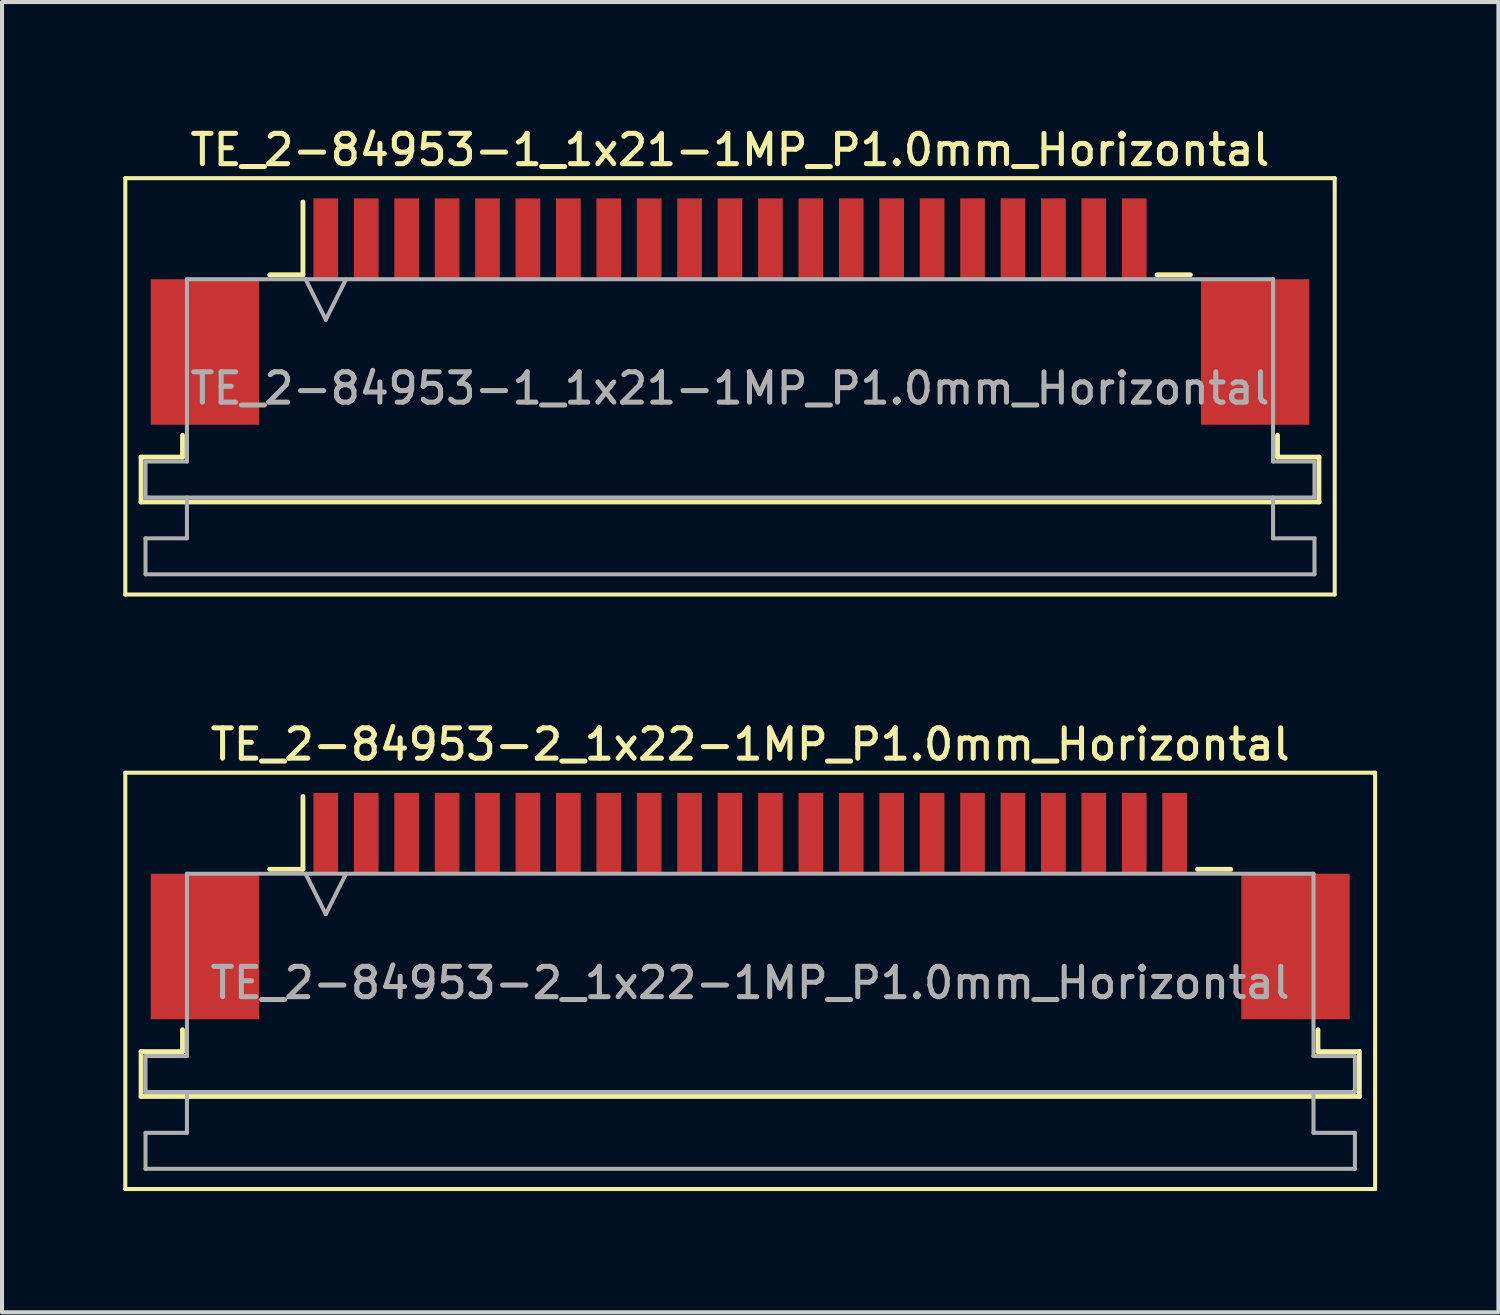
<source format=kicad_pcb>
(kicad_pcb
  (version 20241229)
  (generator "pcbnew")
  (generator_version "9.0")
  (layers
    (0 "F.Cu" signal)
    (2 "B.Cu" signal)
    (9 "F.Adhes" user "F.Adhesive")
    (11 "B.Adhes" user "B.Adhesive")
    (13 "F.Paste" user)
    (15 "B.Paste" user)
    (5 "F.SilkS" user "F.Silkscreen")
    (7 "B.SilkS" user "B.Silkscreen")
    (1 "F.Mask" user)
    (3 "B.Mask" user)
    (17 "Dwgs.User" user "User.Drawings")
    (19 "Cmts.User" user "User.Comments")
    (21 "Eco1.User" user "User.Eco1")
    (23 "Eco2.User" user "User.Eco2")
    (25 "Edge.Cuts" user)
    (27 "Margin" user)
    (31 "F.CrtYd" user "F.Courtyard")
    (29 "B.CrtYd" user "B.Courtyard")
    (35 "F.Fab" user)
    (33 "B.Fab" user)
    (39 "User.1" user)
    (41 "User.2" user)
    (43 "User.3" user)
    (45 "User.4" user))
  (footprint "TE_2-84953-1_1x21-1MP_P1.0mm_Horizontal"
    (layer "F.Cu")
    (at 15.01 4.658)
    (property "Reference" "TE_2-84953-1_1x21-1MP_P1.0mm_Horizontal" (at 0 -4 0) (layer "F.SilkS") (effects (font (size 0.75 0.75) (thickness 0.125))))
    (attr smd)
    (fp_line (start -14.96 -3.3) (end -14.96 7) (stroke (width 0.1) (type solid)) (layer "F.SilkS"))
    (fp_line (start -14.96 7) (end 14.96 7) (stroke (width 0.1) (type solid)) (layer "F.SilkS"))
    (fp_line (start -14.57 3.6) (end -13.545 3.6) (stroke (width 0.12) (type solid)) (layer "F.SilkS"))
    (fp_line (start -14.57 4.71) (end -14.57 3.6) (stroke (width 0.12) (type solid)) (layer "F.SilkS"))
    (fp_line (start -13.545 3.6) (end -13.545 3.06) (stroke (width 0.12) (type solid)) (layer "F.SilkS"))
    (fp_line (start -11.39 -0.91) (end -10.565 -0.91) (stroke (width 0.12) (type solid)) (layer "F.SilkS"))
    (fp_line (start -10.565 -0.91) (end -10.565 -2.71) (stroke (width 0.12) (type solid)) (layer "F.SilkS"))
    (fp_line (start 10.565 -0.91) (end 11.39 -0.91) (stroke (width 0.12) (type solid)) (layer "F.SilkS"))
    (fp_line (start 13.545 3.06) (end 13.545 3.6) (stroke (width 0.12) (type solid)) (layer "F.SilkS"))
    (fp_line (start 13.545 3.6) (end 14.57 3.6) (stroke (width 0.12) (type solid)) (layer "F.SilkS"))
    (fp_line (start 14.57 3.6) (end 14.57 4.71) (stroke (width 0.12) (type solid)) (layer "F.SilkS"))
    (fp_line (start 14.57 4.71) (end -14.57 4.71) (stroke (width 0.12) (type solid)) (layer "F.SilkS"))
    (fp_line (start 14.96 -3.3) (end -14.96 -3.3) (stroke (width 0.1) (type solid)) (layer "F.SilkS"))
    (fp_line (start 14.96 7) (end 14.96 -3.3) (stroke (width 0.1) (type solid)) (layer "F.SilkS"))
    (fp_line (start -14.46 3.71) (end -13.435 3.71) (stroke (width 0.1) (type solid)) (layer "F.Fab"))
    (fp_line (start -14.46 4.6) (end -14.46 3.71) (stroke (width 0.1) (type solid)) (layer "F.Fab"))
    (fp_line (start -14.46 5.61) (end -13.435 5.61) (stroke (width 0.1) (type solid)) (layer "F.Fab"))
    (fp_line (start -14.46 6.5) (end -14.46 5.61) (stroke (width 0.1) (type solid)) (layer "F.Fab"))
    (fp_line (start -13.435 -0.8) (end 13.435 -0.8) (stroke (width 0.1) (type solid)) (layer "F.Fab"))
    (fp_line (start -13.435 3.71) (end -13.435 -0.8) (stroke (width 0.1) (type solid)) (layer "F.Fab"))
    (fp_line (start -13.435 5.61) (end -13.435 4.6) (stroke (width 0.1) (type solid)) (layer "F.Fab"))
    (fp_line (start -10.5 -0.8) (end -10 0.2) (stroke (width 0.1) (type solid)) (layer "F.Fab"))
    (fp_line (start -10 0.2) (end -9.5 -0.8) (stroke (width 0.1) (type solid)) (layer "F.Fab"))
    (fp_line (start 13.435 -0.8) (end 13.435 3.71) (stroke (width 0.1) (type solid)) (layer "F.Fab"))
    (fp_line (start 13.435 3.71) (end 14.46 3.71) (stroke (width 0.1) (type solid)) (layer "F.Fab"))
    (fp_line (start 13.435 4.6) (end 13.435 5.61) (stroke (width 0.1) (type solid)) (layer "F.Fab"))
    (fp_line (start 13.435 5.61) (end 14.46 5.61) (stroke (width 0.1) (type solid)) (layer "F.Fab"))
    (fp_line (start 14.46 3.71) (end 14.46 4.6) (stroke (width 0.1) (type solid)) (layer "F.Fab"))
    (fp_line (start 14.46 4.6) (end -14.46 4.6) (stroke (width 0.1) (type solid)) (layer "F.Fab"))
    (fp_line (start 14.46 5.61) (end 14.46 6.5) (stroke (width 0.1) (type solid)) (layer "F.Fab"))
    (fp_line (start 14.46 6.5) (end -14.46 6.5) (stroke (width 0.1) (type solid)) (layer "F.Fab"))
    (fp_text user "${REFERENCE}" (at 0 1.9 0) (layer "F.Fab") (effects (font (size 0.75 0.75) (thickness 0.125))))
    (pad "1" smd rect (at -10 -1.8) (size 0.61 2) (layers "F.Cu" "F.Mask" "F.Paste"))
    (pad "2" smd rect (at -9 -1.8) (size 0.61 2) (layers "F.Cu" "F.Mask" "F.Paste"))
    (pad "3" smd rect (at -8 -1.8) (size 0.61 2) (layers "F.Cu" "F.Mask" "F.Paste"))
    (pad "4" smd rect (at -7 -1.8) (size 0.61 2) (layers "F.Cu" "F.Mask" "F.Paste"))
    (pad "5" smd rect (at -6 -1.8) (size 0.61 2) (layers "F.Cu" "F.Mask" "F.Paste"))
    (pad "6" smd rect (at -5 -1.8) (size 0.61 2) (layers "F.Cu" "F.Mask" "F.Paste"))
    (pad "7" smd rect (at -4 -1.8) (size 0.61 2) (layers "F.Cu" "F.Mask" "F.Paste"))
    (pad "8" smd rect (at -3 -1.8) (size 0.61 2) (layers "F.Cu" "F.Mask" "F.Paste"))
    (pad "9" smd rect (at -2 -1.8) (size 0.61 2) (layers "F.Cu" "F.Mask" "F.Paste"))
    (pad "10" smd rect (at -1 -1.8) (size 0.61 2) (layers "F.Cu" "F.Mask" "F.Paste"))
    (pad "11" smd rect (at 0 -1.8) (size 0.61 2) (layers "F.Cu" "F.Mask" "F.Paste"))
    (pad "12" smd rect (at 1 -1.8) (size 0.61 2) (layers "F.Cu" "F.Mask" "F.Paste"))
    (pad "13" smd rect (at 2 -1.8) (size 0.61 2) (layers "F.Cu" "F.Mask" "F.Paste"))
    (pad "14" smd rect (at 3 -1.8) (size 0.61 2) (layers "F.Cu" "F.Mask" "F.Paste"))
    (pad "15" smd rect (at 4 -1.8) (size 0.61 2) (layers "F.Cu" "F.Mask" "F.Paste"))
    (pad "16" smd rect (at 5 -1.8) (size 0.61 2) (layers "F.Cu" "F.Mask" "F.Paste"))
    (pad "17" smd rect (at 6 -1.8) (size 0.61 2) (layers "F.Cu" "F.Mask" "F.Paste"))
    (pad "18" smd rect (at 7 -1.8) (size 0.61 2) (layers "F.Cu" "F.Mask" "F.Paste"))
    (pad "19" smd rect (at 8 -1.8) (size 0.61 2) (layers "F.Cu" "F.Mask" "F.Paste"))
    (pad "20" smd rect (at 9 -1.8) (size 0.61 2) (layers "F.Cu" "F.Mask" "F.Paste"))
    (pad "21" smd rect (at 10 -1.8) (size 0.61 2) (layers "F.Cu" "F.Mask" "F.Paste"))
    (pad "MP" smd rect (at -12.99 1) (size 2.68 3.6) (layers "F.Cu" "F.Mask" "F.Paste"))
    (pad "MP" smd rect (at 12.99 1) (size 2.68 3.6) (layers "F.Cu" "F.Mask" "F.Paste")))
  (footprint "TE_2-84953-2_1x22-1MP_P1.0mm_Horizontal"
    (layer "F.Cu")
    (at 15.51 19.366)
    (property "Reference" "TE_2-84953-2_1x22-1MP_P1.0mm_Horizontal" (at 0 -4 0) (layer "F.SilkS") (effects (font (size 0.75 0.75) (thickness 0.125))))
    (attr smd)
    (fp_line (start -15.46 -3.3) (end -15.46 7) (stroke (width 0.1) (type solid)) (layer "F.SilkS"))
    (fp_line (start -15.46 7) (end 15.46 7) (stroke (width 0.1) (type solid)) (layer "F.SilkS"))
    (fp_line (start -15.07 3.6) (end -14.045 3.6) (stroke (width 0.12) (type solid)) (layer "F.SilkS"))
    (fp_line (start -15.07 4.71) (end -15.07 3.6) (stroke (width 0.12) (type solid)) (layer "F.SilkS"))
    (fp_line (start -14.045 3.6) (end -14.045 3.06) (stroke (width 0.12) (type solid)) (layer "F.SilkS"))
    (fp_line (start -11.89 -0.91) (end -11.065 -0.91) (stroke (width 0.12) (type solid)) (layer "F.SilkS"))
    (fp_line (start -11.065 -0.91) (end -11.065 -2.71) (stroke (width 0.12) (type solid)) (layer "F.SilkS"))
    (fp_line (start 11.065 -0.91) (end 11.89 -0.91) (stroke (width 0.12) (type solid)) (layer "F.SilkS"))
    (fp_line (start 14.045 3.06) (end 14.045 3.6) (stroke (width 0.12) (type solid)) (layer "F.SilkS"))
    (fp_line (start 14.045 3.6) (end 15.07 3.6) (stroke (width 0.12) (type solid)) (layer "F.SilkS"))
    (fp_line (start 15.07 3.6) (end 15.07 4.71) (stroke (width 0.12) (type solid)) (layer "F.SilkS"))
    (fp_line (start 15.07 4.71) (end -15.07 4.71) (stroke (width 0.12) (type solid)) (layer "F.SilkS"))
    (fp_line (start 15.46 -3.3) (end -15.46 -3.3) (stroke (width 0.1) (type solid)) (layer "F.SilkS"))
    (fp_line (start 15.46 7) (end 15.46 -3.3) (stroke (width 0.1) (type solid)) (layer "F.SilkS"))
    (fp_line (start -14.96 3.71) (end -13.935 3.71) (stroke (width 0.1) (type solid)) (layer "F.Fab"))
    (fp_line (start -14.96 4.6) (end -14.96 3.71) (stroke (width 0.1) (type solid)) (layer "F.Fab"))
    (fp_line (start -14.96 5.61) (end -13.935 5.61) (stroke (width 0.1) (type solid)) (layer "F.Fab"))
    (fp_line (start -14.96 6.5) (end -14.96 5.61) (stroke (width 0.1) (type solid)) (layer "F.Fab"))
    (fp_line (start -13.935 -0.8) (end 13.935 -0.8) (stroke (width 0.1) (type solid)) (layer "F.Fab"))
    (fp_line (start -13.935 3.71) (end -13.935 -0.8) (stroke (width 0.1) (type solid)) (layer "F.Fab"))
    (fp_line (start -13.935 5.61) (end -13.935 4.6) (stroke (width 0.1) (type solid)) (layer "F.Fab"))
    (fp_line (start -11 -0.8) (end -10.5 0.2) (stroke (width 0.1) (type solid)) (layer "F.Fab"))
    (fp_line (start -10.5 0.2) (end -10 -0.8) (stroke (width 0.1) (type solid)) (layer "F.Fab"))
    (fp_line (start 13.935 -0.8) (end 13.935 3.71) (stroke (width 0.1) (type solid)) (layer "F.Fab"))
    (fp_line (start 13.935 3.71) (end 14.96 3.71) (stroke (width 0.1) (type solid)) (layer "F.Fab"))
    (fp_line (start 13.935 4.6) (end 13.935 5.61) (stroke (width 0.1) (type solid)) (layer "F.Fab"))
    (fp_line (start 13.935 5.61) (end 14.96 5.61) (stroke (width 0.1) (type solid)) (layer "F.Fab"))
    (fp_line (start 14.96 3.71) (end 14.96 4.6) (stroke (width 0.1) (type solid)) (layer "F.Fab"))
    (fp_line (start 14.96 4.6) (end -14.96 4.6) (stroke (width 0.1) (type solid)) (layer "F.Fab"))
    (fp_line (start 14.96 5.61) (end 14.96 6.5) (stroke (width 0.1) (type solid)) (layer "F.Fab"))
    (fp_line (start 14.96 6.5) (end -14.96 6.5) (stroke (width 0.1) (type solid)) (layer "F.Fab"))
    (fp_text user "${REFERENCE}" (at 0 1.9 0) (layer "F.Fab") (effects (font (size 0.75 0.75) (thickness 0.125))))
    (pad "1" smd rect (at -10.5 -1.8) (size 0.61 2) (layers "F.Cu" "F.Mask" "F.Paste"))
    (pad "2" smd rect (at -9.5 -1.8) (size 0.61 2) (layers "F.Cu" "F.Mask" "F.Paste"))
    (pad "3" smd rect (at -8.5 -1.8) (size 0.61 2) (layers "F.Cu" "F.Mask" "F.Paste"))
    (pad "4" smd rect (at -7.5 -1.8) (size 0.61 2) (layers "F.Cu" "F.Mask" "F.Paste"))
    (pad "5" smd rect (at -6.5 -1.8) (size 0.61 2) (layers "F.Cu" "F.Mask" "F.Paste"))
    (pad "6" smd rect (at -5.5 -1.8) (size 0.61 2) (layers "F.Cu" "F.Mask" "F.Paste"))
    (pad "7" smd rect (at -4.5 -1.8) (size 0.61 2) (layers "F.Cu" "F.Mask" "F.Paste"))
    (pad "8" smd rect (at -3.5 -1.8) (size 0.61 2) (layers "F.Cu" "F.Mask" "F.Paste"))
    (pad "9" smd rect (at -2.5 -1.8) (size 0.61 2) (layers "F.Cu" "F.Mask" "F.Paste"))
    (pad "10" smd rect (at -1.5 -1.8) (size 0.61 2) (layers "F.Cu" "F.Mask" "F.Paste"))
    (pad "11" smd rect (at -0.5 -1.8) (size 0.61 2) (layers "F.Cu" "F.Mask" "F.Paste"))
    (pad "12" smd rect (at 0.5 -1.8) (size 0.61 2) (layers "F.Cu" "F.Mask" "F.Paste"))
    (pad "13" smd rect (at 1.5 -1.8) (size 0.61 2) (layers "F.Cu" "F.Mask" "F.Paste"))
    (pad "14" smd rect (at 2.5 -1.8) (size 0.61 2) (layers "F.Cu" "F.Mask" "F.Paste"))
    (pad "15" smd rect (at 3.5 -1.8) (size 0.61 2) (layers "F.Cu" "F.Mask" "F.Paste"))
    (pad "16" smd rect (at 4.5 -1.8) (size 0.61 2) (layers "F.Cu" "F.Mask" "F.Paste"))
    (pad "17" smd rect (at 5.5 -1.8) (size 0.61 2) (layers "F.Cu" "F.Mask" "F.Paste"))
    (pad "18" smd rect (at 6.5 -1.8) (size 0.61 2) (layers "F.Cu" "F.Mask" "F.Paste"))
    (pad "19" smd rect (at 7.5 -1.8) (size 0.61 2) (layers "F.Cu" "F.Mask" "F.Paste"))
    (pad "20" smd rect (at 8.5 -1.8) (size 0.61 2) (layers "F.Cu" "F.Mask" "F.Paste"))
    (pad "21" smd rect (at 9.5 -1.8) (size 0.61 2) (layers "F.Cu" "F.Mask" "F.Paste"))
    (pad "22" smd rect (at 10.5 -1.8) (size 0.61 2) (layers "F.Cu" "F.Mask" "F.Paste"))
    (pad "MP" smd rect (at -13.49 1) (size 2.68 3.6) (layers "F.Cu" "F.Mask" "F.Paste"))
    (pad "MP" smd rect (at 13.49 1) (size 2.68 3.6) (layers "F.Cu" "F.Mask" "F.Paste")))
  (gr_rect
    (start -3 -3)
    (end 34.02 29.416)
    (stroke (width 0.1) (type default))
    (fill no)
    (layer "Edge.Cuts")))
</source>
